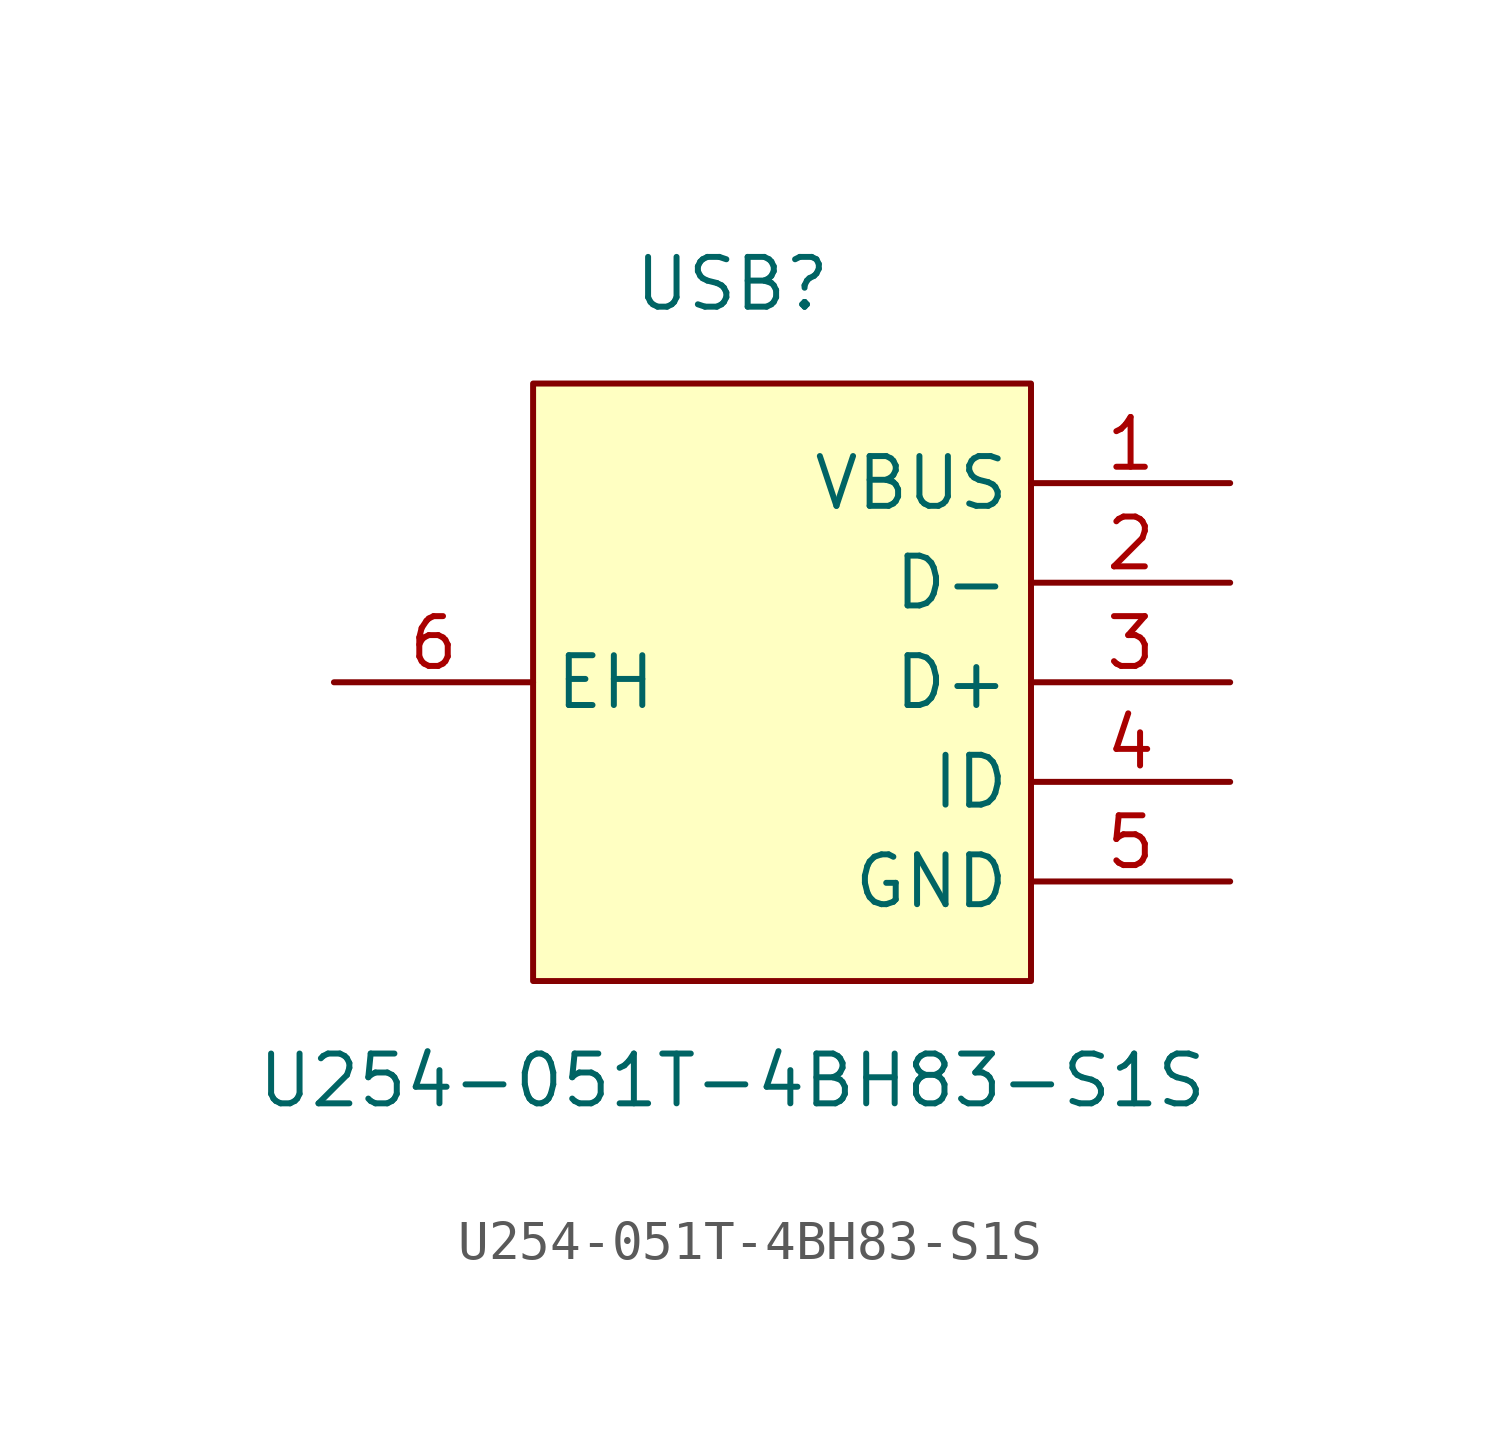
<source format=kicad_sym>
(kicad_symbol_lib
  (version 20211014)
  (generator https://github.com/uPesy/easyeda2kicad.py)
  (symbol "U254-051T-4BH83-S1S"
    (property "Reference" "USB"
      (at 0 10.16 0)
      (effects (font (size 1.27 1.27))))
    (property "Value" "U254-051T-4BH83-S1S"
      (at 0 -10.16 0)
      (effects (font (size 1.27 1.27))))
    (symbol "U254-051T-4BH83-S1S_0_1"
      (rectangle (start -5.08 7.62) (end 7.62 -7.62) (stroke (width 0) (type default) (color 0 0 0 0)) (fill (type background)))
      (pin input line (at -10.16 -0.00 0) (length 5.08) (name "EH" (effects (font (size 1.27 1.27)))) (number "6" (effects (font (size 1.27 1.27)))))
      (pin input line (at 12.70 -2.54 180) (length 5.08) (name "ID" (effects (font (size 1.27 1.27)))) (number "4" (effects (font (size 1.27 1.27)))))
      (pin input line (at 12.70 -0.00 180) (length 5.08) (name "D+" (effects (font (size 1.27 1.27)))) (number "3" (effects (font (size 1.27 1.27)))))
      (pin input line (at 12.70 2.54 180) (length 5.08) (name "D-" (effects (font (size 1.27 1.27)))) (number "2" (effects (font (size 1.27 1.27)))))
      (pin input line (at 12.70 5.08 180) (length 5.08) (name "VBUS" (effects (font (size 1.27 1.27)))) (number "1" (effects (font (size 1.27 1.27)))))
      (pin input line (at 12.70 -5.08 180) (length 5.08) (name "GND" (effects (font (size 1.27 1.27)))) (number "5" (effects (font (size 1.27 1.27))))))))
</source>
